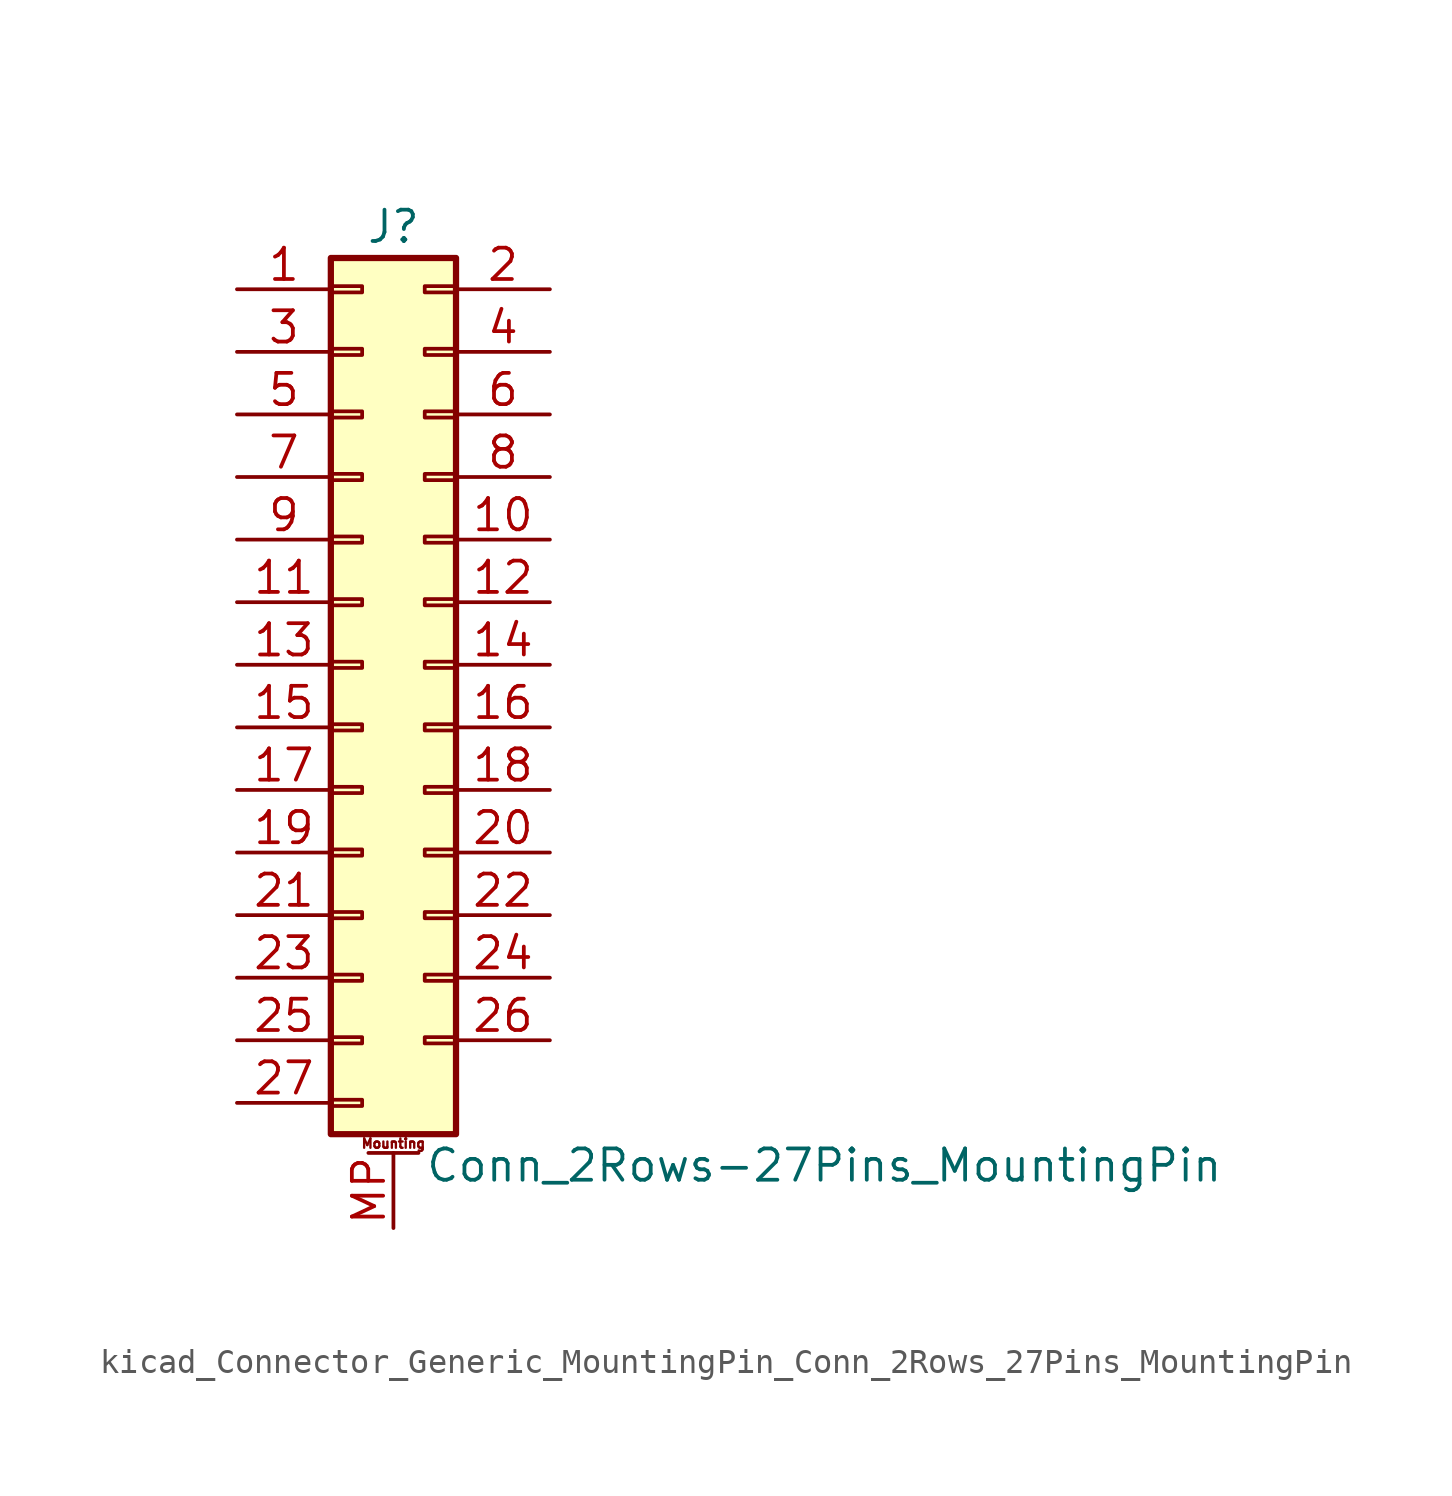
<source format=kicad_sym>
(kicad_symbol_lib
  (version 20220914)
  (generator kicad_symbol_editor)
  (symbol "kicad_Connector_Generic_MountingPin_Conn_2Rows_27Pins_MountingPin"
    (pin_names
      (offset 1.016) hide)
    (property "Reference" "J"
      (at 1.27 17.78 0)
      (effects (font (size 1.27 1.27))))
    (property "Value" "Conn_2Rows-27Pins_MountingPin"
      (at 2.54 -20.32 0)
      (effects (font (size 1.27 1.27)) (justify left)))
    (symbol "kicad_Connector_Generic_MountingPin_Conn_2Rows_27Pins_MountingPin_1_1"
      (rectangle (start -1.27 -17.653) (end 0 -17.907) (stroke (width 0.152) (type default)) (fill (type none)))
      (rectangle (start -1.27 -15.113) (end 0 -15.367) (stroke (width 0.152) (type default)) (fill (type none)))
      (rectangle (start -1.27 -12.573) (end 0 -12.827) (stroke (width 0.152) (type default)) (fill (type none)))
      (rectangle (start -1.27 -10.033) (end 0 -10.287) (stroke (width 0.152) (type default)) (fill (type none)))
      (rectangle (start -1.27 -7.493) (end 0 -7.747) (stroke (width 0.152) (type default)) (fill (type none)))
      (rectangle (start -1.27 -4.953) (end 0 -5.207) (stroke (width 0.152) (type default)) (fill (type none)))
      (rectangle (start -1.27 -2.413) (end 0 -2.667) (stroke (width 0.152) (type default)) (fill (type none)))
      (rectangle (start -1.27 0.127) (end 0 -0.127) (stroke (width 0.152) (type default)) (fill (type none)))
      (rectangle (start -1.27 2.667) (end 0 2.413) (stroke (width 0.152) (type default)) (fill (type none)))
      (rectangle (start -1.27 5.207) (end 0 4.953) (stroke (width 0.152) (type default)) (fill (type none)))
      (rectangle (start -1.27 7.747) (end 0 7.493) (stroke (width 0.152) (type default)) (fill (type none)))
      (rectangle (start -1.27 10.287) (end 0 10.033) (stroke (width 0.152) (type default)) (fill (type none)))
      (rectangle (start -1.27 12.827) (end 0 12.573) (stroke (width 0.152) (type default)) (fill (type none)))
      (rectangle (start -1.27 15.367) (end 0 15.113) (stroke (width 0.152) (type default)) (fill (type none)))
      (rectangle (start -1.27 16.51) (end 3.81 -19.05) (stroke (width 0.254) (type default)) (fill (type background)))
      (polyline (pts (xy 0.254 -19.812) (xy 2.286 -19.812)) (stroke (width 0.152) (type default)) (fill (type none)))
      (rectangle (start 3.81 -15.113) (end 2.54 -15.367) (stroke (width 0.152) (type default)) (fill (type none)))
      (rectangle (start 3.81 -12.573) (end 2.54 -12.827) (stroke (width 0.152) (type default)) (fill (type none)))
      (rectangle (start 3.81 -10.033) (end 2.54 -10.287) (stroke (width 0.152) (type default)) (fill (type none)))
      (rectangle (start 3.81 -7.493) (end 2.54 -7.747) (stroke (width 0.152) (type default)) (fill (type none)))
      (rectangle (start 3.81 -4.953) (end 2.54 -5.207) (stroke (width 0.152) (type default)) (fill (type none)))
      (rectangle (start 3.81 -2.413) (end 2.54 -2.667) (stroke (width 0.152) (type default)) (fill (type none)))
      (rectangle (start 3.81 0.127) (end 2.54 -0.127) (stroke (width 0.152) (type default)) (fill (type none)))
      (rectangle (start 3.81 2.667) (end 2.54 2.413) (stroke (width 0.152) (type default)) (fill (type none)))
      (rectangle (start 3.81 5.207) (end 2.54 4.953) (stroke (width 0.152) (type default)) (fill (type none)))
      (rectangle (start 3.81 7.747) (end 2.54 7.493) (stroke (width 0.152) (type default)) (fill (type none)))
      (rectangle (start 3.81 10.287) (end 2.54 10.033) (stroke (width 0.152) (type default)) (fill (type none)))
      (rectangle (start 3.81 12.827) (end 2.54 12.573) (stroke (width 0.152) (type default)) (fill (type none)))
      (rectangle (start 3.81 15.367) (end 2.54 15.113) (stroke (width 0.152) (type default)) (fill (type none)))
      (text "Mounting" (at 1.27 -19.431 0) (effects (font (size 0.381 0.381))))
      (pin passive line (at -5.08 15.24 0) (length 3.81) (name "Pin_1" (effects (font (size 1.27 1.27)))) (number "1" (effects (font (size 1.27 1.27)))))
      (pin passive line (at 7.62 5.08 180) (length 3.81) (name "Pin_10" (effects (font (size 1.27 1.27)))) (number "10" (effects (font (size 1.27 1.27)))))
      (pin passive line (at -5.08 2.54 0) (length 3.81) (name "Pin_11" (effects (font (size 1.27 1.27)))) (number "11" (effects (font (size 1.27 1.27)))))
      (pin passive line (at 7.62 2.54 180) (length 3.81) (name "Pin_12" (effects (font (size 1.27 1.27)))) (number "12" (effects (font (size 1.27 1.27)))))
      (pin passive line (at -5.08 0 0) (length 3.81) (name "Pin_13" (effects (font (size 1.27 1.27)))) (number "13" (effects (font (size 1.27 1.27)))))
      (pin passive line (at 7.62 0 180) (length 3.81) (name "Pin_14" (effects (font (size 1.27 1.27)))) (number "14" (effects (font (size 1.27 1.27)))))
      (pin passive line (at -5.08 -2.54 0) (length 3.81) (name "Pin_15" (effects (font (size 1.27 1.27)))) (number "15" (effects (font (size 1.27 1.27)))))
      (pin passive line (at 7.62 -2.54 180) (length 3.81) (name "Pin_16" (effects (font (size 1.27 1.27)))) (number "16" (effects (font (size 1.27 1.27)))))
      (pin passive line (at -5.08 -5.08 0) (length 3.81) (name "Pin_17" (effects (font (size 1.27 1.27)))) (number "17" (effects (font (size 1.27 1.27)))))
      (pin passive line (at 7.62 -5.08 180) (length 3.81) (name "Pin_18" (effects (font (size 1.27 1.27)))) (number "18" (effects (font (size 1.27 1.27)))))
      (pin passive line (at -5.08 -7.62 0) (length 3.81) (name "Pin_19" (effects (font (size 1.27 1.27)))) (number "19" (effects (font (size 1.27 1.27)))))
      (pin passive line (at 7.62 15.24 180) (length 3.81) (name "Pin_2" (effects (font (size 1.27 1.27)))) (number "2" (effects (font (size 1.27 1.27)))))
      (pin passive line (at 7.62 -7.62 180) (length 3.81) (name "Pin_20" (effects (font (size 1.27 1.27)))) (number "20" (effects (font (size 1.27 1.27)))))
      (pin passive line (at -5.08 -10.16 0) (length 3.81) (name "Pin_21" (effects (font (size 1.27 1.27)))) (number "21" (effects (font (size 1.27 1.27)))))
      (pin passive line (at 7.62 -10.16 180) (length 3.81) (name "Pin_22" (effects (font (size 1.27 1.27)))) (number "22" (effects (font (size 1.27 1.27)))))
      (pin passive line (at -5.08 -12.7 0) (length 3.81) (name "Pin_23" (effects (font (size 1.27 1.27)))) (number "23" (effects (font (size 1.27 1.27)))))
      (pin passive line (at 7.62 -12.7 180) (length 3.81) (name "Pin_24" (effects (font (size 1.27 1.27)))) (number "24" (effects (font (size 1.27 1.27)))))
      (pin passive line (at -5.08 -15.24 0) (length 3.81) (name "Pin_25" (effects (font (size 1.27 1.27)))) (number "25" (effects (font (size 1.27 1.27)))))
      (pin passive line (at 7.62 -15.24 180) (length 3.81) (name "Pin_26" (effects (font (size 1.27 1.27)))) (number "26" (effects (font (size 1.27 1.27)))))
      (pin passive line (at -5.08 -17.78 0) (length 3.81) (name "Pin_27" (effects (font (size 1.27 1.27)))) (number "27" (effects (font (size 1.27 1.27)))))
      (pin passive line (at -5.08 12.7 0) (length 3.81) (name "Pin_3" (effects (font (size 1.27 1.27)))) (number "3" (effects (font (size 1.27 1.27)))))
      (pin passive line (at 7.62 12.7 180) (length 3.81) (name "Pin_4" (effects (font (size 1.27 1.27)))) (number "4" (effects (font (size 1.27 1.27)))))
      (pin passive line (at -5.08 10.16 0) (length 3.81) (name "Pin_5" (effects (font (size 1.27 1.27)))) (number "5" (effects (font (size 1.27 1.27)))))
      (pin passive line (at 7.62 10.16 180) (length 3.81) (name "Pin_6" (effects (font (size 1.27 1.27)))) (number "6" (effects (font (size 1.27 1.27)))))
      (pin passive line (at -5.08 7.62 0) (length 3.81) (name "Pin_7" (effects (font (size 1.27 1.27)))) (number "7" (effects (font (size 1.27 1.27)))))
      (pin passive line (at 7.62 7.62 180) (length 3.81) (name "Pin_8" (effects (font (size 1.27 1.27)))) (number "8" (effects (font (size 1.27 1.27)))))
      (pin passive line (at -5.08 5.08 0) (length 3.81) (name "Pin_9" (effects (font (size 1.27 1.27)))) (number "9" (effects (font (size 1.27 1.27)))))
      (pin passive line (at 1.27 -22.86 90) (length 3.048) (name "MountPin" (effects (font (size 1.27 1.27)))) (number "MP" (effects (font (size 1.27 1.27))))))))
</source>
